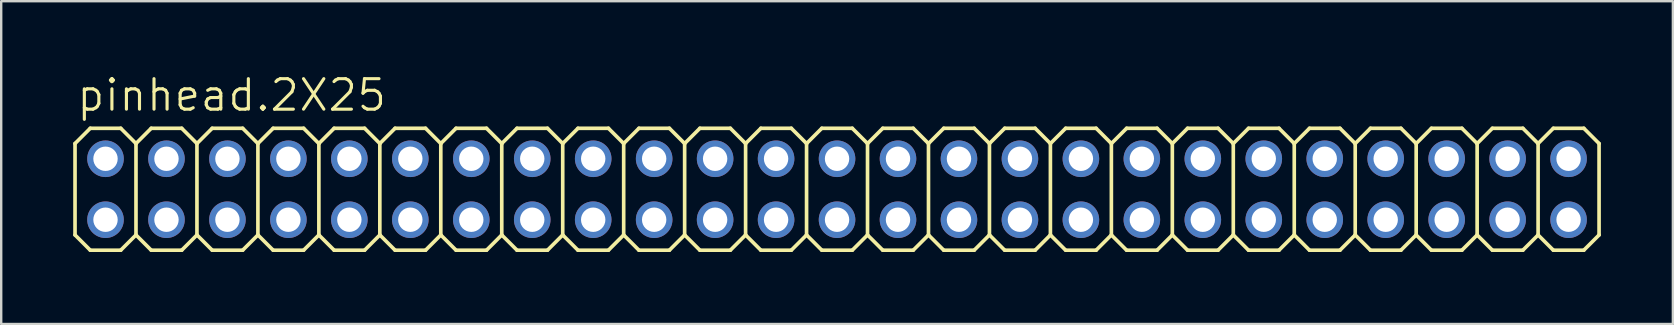
<source format=kicad_pcb>
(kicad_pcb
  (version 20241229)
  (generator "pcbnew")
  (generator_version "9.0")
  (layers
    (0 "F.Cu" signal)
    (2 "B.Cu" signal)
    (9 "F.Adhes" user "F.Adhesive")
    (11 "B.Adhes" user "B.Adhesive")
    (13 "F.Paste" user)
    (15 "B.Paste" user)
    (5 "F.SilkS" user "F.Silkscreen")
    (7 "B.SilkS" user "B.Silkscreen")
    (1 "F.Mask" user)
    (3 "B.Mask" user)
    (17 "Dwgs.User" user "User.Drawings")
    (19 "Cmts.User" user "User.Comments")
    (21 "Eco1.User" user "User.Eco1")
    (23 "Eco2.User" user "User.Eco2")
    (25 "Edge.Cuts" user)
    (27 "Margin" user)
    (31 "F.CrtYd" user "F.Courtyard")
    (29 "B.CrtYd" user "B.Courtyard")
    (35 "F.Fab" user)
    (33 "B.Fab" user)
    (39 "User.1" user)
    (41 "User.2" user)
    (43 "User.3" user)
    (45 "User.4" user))
  (footprint "pinhead.2X25"
    (layer "F.Cu")
    (at 31.826 4.835)
    (property "Reference" "pinhead.2X25" (at -31.75 -3.175 0) (layer "F.SilkS") (effects (font (size 1.27 1.27) (thickness 0.13)) (justify left bottom)))
    (attr through_hole)
    (fp_line (start -31.75 -1.905) (end -31.115 -2.54) (stroke (width 0.152) (type default)) (layer "F.SilkS"))
    (fp_line (start -31.75 1.905) (end -31.75 -1.905) (stroke (width 0.152) (type default)) (layer "F.SilkS"))
    (fp_line (start -31.75 1.905) (end -31.115 2.54) (stroke (width 0.152) (type default)) (layer "F.SilkS"))
    (fp_line (start -31.115 -2.54) (end -29.845 -2.54) (stroke (width 0.152) (type default)) (layer "F.SilkS"))
    (fp_line (start -31.115 2.54) (end -29.845 2.54) (stroke (width 0.152) (type default)) (layer "F.SilkS"))
    (fp_line (start -29.845 -2.54) (end -29.21 -1.905) (stroke (width 0.152) (type default)) (layer "F.SilkS"))
    (fp_line (start -29.845 2.54) (end -29.21 1.905) (stroke (width 0.152) (type default)) (layer "F.SilkS"))
    (fp_line (start -29.21 -1.905) (end -29.21 1.905) (stroke (width 0.152) (type default)) (layer "F.SilkS"))
    (fp_line (start -29.21 -1.905) (end -28.575 -2.54) (stroke (width 0.152) (type default)) (layer "F.SilkS"))
    (fp_line (start -29.21 1.905) (end -28.575 2.54) (stroke (width 0.152) (type default)) (layer "F.SilkS"))
    (fp_line (start -28.575 -2.54) (end -27.305 -2.54) (stroke (width 0.152) (type default)) (layer "F.SilkS"))
    (fp_line (start -28.575 2.54) (end -27.305 2.54) (stroke (width 0.152) (type default)) (layer "F.SilkS"))
    (fp_line (start -27.305 -2.54) (end -26.67 -1.905) (stroke (width 0.152) (type default)) (layer "F.SilkS"))
    (fp_line (start -27.305 2.54) (end -26.67 1.905) (stroke (width 0.152) (type default)) (layer "F.SilkS"))
    (fp_line (start -26.67 -1.905) (end -26.67 1.905) (stroke (width 0.152) (type default)) (layer "F.SilkS"))
    (fp_line (start -26.67 -1.905) (end -26.035 -2.54) (stroke (width 0.152) (type default)) (layer "F.SilkS"))
    (fp_line (start -26.67 1.905) (end -26.035 2.54) (stroke (width 0.152) (type default)) (layer "F.SilkS"))
    (fp_line (start -26.035 -2.54) (end -24.765 -2.54) (stroke (width 0.152) (type default)) (layer "F.SilkS"))
    (fp_line (start -26.035 2.54) (end -24.765 2.54) (stroke (width 0.152) (type default)) (layer "F.SilkS"))
    (fp_line (start -24.765 -2.54) (end -24.13 -1.905) (stroke (width 0.152) (type default)) (layer "F.SilkS"))
    (fp_line (start -24.765 2.54) (end -24.13 1.905) (stroke (width 0.152) (type default)) (layer "F.SilkS"))
    (fp_line (start -24.13 -1.905) (end -24.13 1.905) (stroke (width 0.152) (type default)) (layer "F.SilkS"))
    (fp_line (start -24.13 -1.905) (end -23.495 -2.54) (stroke (width 0.152) (type default)) (layer "F.SilkS"))
    (fp_line (start -24.13 1.905) (end -23.495 2.54) (stroke (width 0.152) (type default)) (layer "F.SilkS"))
    (fp_line (start -23.495 -2.54) (end -22.225 -2.54) (stroke (width 0.152) (type default)) (layer "F.SilkS"))
    (fp_line (start -23.495 2.54) (end -22.225 2.54) (stroke (width 0.152) (type default)) (layer "F.SilkS"))
    (fp_line (start -22.225 -2.54) (end -21.59 -1.905) (stroke (width 0.152) (type default)) (layer "F.SilkS"))
    (fp_line (start -22.225 2.54) (end -21.59 1.905) (stroke (width 0.152) (type default)) (layer "F.SilkS"))
    (fp_line (start -21.59 -1.905) (end -21.59 1.905) (stroke (width 0.152) (type default)) (layer "F.SilkS"))
    (fp_line (start -21.59 -1.905) (end -20.955 -2.54) (stroke (width 0.152) (type default)) (layer "F.SilkS"))
    (fp_line (start -21.59 1.905) (end -20.955 2.54) (stroke (width 0.152) (type default)) (layer "F.SilkS"))
    (fp_line (start -20.955 -2.54) (end -19.685 -2.54) (stroke (width 0.152) (type default)) (layer "F.SilkS"))
    (fp_line (start -20.955 2.54) (end -19.685 2.54) (stroke (width 0.152) (type default)) (layer "F.SilkS"))
    (fp_line (start -19.685 -2.54) (end -19.05 -1.905) (stroke (width 0.152) (type default)) (layer "F.SilkS"))
    (fp_line (start -19.685 2.54) (end -19.05 1.905) (stroke (width 0.152) (type default)) (layer "F.SilkS"))
    (fp_line (start -19.05 -1.905) (end -19.05 1.905) (stroke (width 0.152) (type default)) (layer "F.SilkS"))
    (fp_line (start -19.05 -1.905) (end -18.415 -2.54) (stroke (width 0.152) (type default)) (layer "F.SilkS"))
    (fp_line (start -19.05 1.905) (end -18.415 2.54) (stroke (width 0.152) (type default)) (layer "F.SilkS"))
    (fp_line (start -18.415 -2.54) (end -17.145 -2.54) (stroke (width 0.152) (type default)) (layer "F.SilkS"))
    (fp_line (start -18.415 2.54) (end -17.145 2.54) (stroke (width 0.152) (type default)) (layer "F.SilkS"))
    (fp_line (start -17.145 -2.54) (end -16.51 -1.905) (stroke (width 0.152) (type default)) (layer "F.SilkS"))
    (fp_line (start -17.145 2.54) (end -16.51 1.905) (stroke (width 0.152) (type default)) (layer "F.SilkS"))
    (fp_line (start -16.51 -1.905) (end -16.51 1.905) (stroke (width 0.152) (type default)) (layer "F.SilkS"))
    (fp_line (start -16.51 -1.905) (end -15.875 -2.54) (stroke (width 0.152) (type default)) (layer "F.SilkS"))
    (fp_line (start -16.51 1.905) (end -15.875 2.54) (stroke (width 0.152) (type default)) (layer "F.SilkS"))
    (fp_line (start -15.875 -2.54) (end -14.605 -2.54) (stroke (width 0.152) (type default)) (layer "F.SilkS"))
    (fp_line (start -14.605 -2.54) (end -13.97 -1.905) (stroke (width 0.152) (type default)) (layer "F.SilkS"))
    (fp_line (start -14.605 2.54) (end -15.875 2.54) (stroke (width 0.152) (type default)) (layer "F.SilkS"))
    (fp_line (start -13.97 -1.905) (end -13.97 1.905) (stroke (width 0.152) (type default)) (layer "F.SilkS"))
    (fp_line (start -13.97 -1.905) (end -13.335 -2.54) (stroke (width 0.152) (type default)) (layer "F.SilkS"))
    (fp_line (start -13.97 1.905) (end -14.605 2.54) (stroke (width 0.152) (type default)) (layer "F.SilkS"))
    (fp_line (start -13.97 1.905) (end -13.335 2.54) (stroke (width 0.152) (type default)) (layer "F.SilkS"))
    (fp_line (start -13.335 -2.54) (end -12.065 -2.54) (stroke (width 0.152) (type default)) (layer "F.SilkS"))
    (fp_line (start -12.065 -2.54) (end -11.43 -1.905) (stroke (width 0.152) (type default)) (layer "F.SilkS"))
    (fp_line (start -12.065 2.54) (end -13.335 2.54) (stroke (width 0.152) (type default)) (layer "F.SilkS"))
    (fp_line (start -11.43 -1.905) (end -11.43 1.905) (stroke (width 0.152) (type default)) (layer "F.SilkS"))
    (fp_line (start -11.43 -1.905) (end -10.795 -2.54) (stroke (width 0.152) (type default)) (layer "F.SilkS"))
    (fp_line (start -11.43 1.905) (end -12.065 2.54) (stroke (width 0.152) (type default)) (layer "F.SilkS"))
    (fp_line (start -11.43 1.905) (end -10.795 2.54) (stroke (width 0.152) (type default)) (layer "F.SilkS"))
    (fp_line (start -10.795 -2.54) (end -9.525 -2.54) (stroke (width 0.152) (type default)) (layer "F.SilkS"))
    (fp_line (start -9.525 -2.54) (end -8.89 -1.905) (stroke (width 0.152) (type default)) (layer "F.SilkS"))
    (fp_line (start -9.525 2.54) (end -10.795 2.54) (stroke (width 0.152) (type default)) (layer "F.SilkS"))
    (fp_line (start -8.89 -1.905) (end -8.89 1.905) (stroke (width 0.152) (type default)) (layer "F.SilkS"))
    (fp_line (start -8.89 -1.905) (end -8.255 -2.54) (stroke (width 0.152) (type default)) (layer "F.SilkS"))
    (fp_line (start -8.89 1.905) (end -9.525 2.54) (stroke (width 0.152) (type default)) (layer "F.SilkS"))
    (fp_line (start -8.89 1.905) (end -8.255 2.54) (stroke (width 0.152) (type default)) (layer "F.SilkS"))
    (fp_line (start -8.255 -2.54) (end -6.985 -2.54) (stroke (width 0.152) (type default)) (layer "F.SilkS"))
    (fp_line (start -6.985 -2.54) (end -6.35 -1.905) (stroke (width 0.152) (type default)) (layer "F.SilkS"))
    (fp_line (start -6.985 2.54) (end -8.255 2.54) (stroke (width 0.152) (type default)) (layer "F.SilkS"))
    (fp_line (start -6.35 -1.905) (end -6.35 1.905) (stroke (width 0.152) (type default)) (layer "F.SilkS"))
    (fp_line (start -6.35 -1.905) (end -5.715 -2.54) (stroke (width 0.152) (type default)) (layer "F.SilkS"))
    (fp_line (start -6.35 1.905) (end -6.985 2.54) (stroke (width 0.152) (type default)) (layer "F.SilkS"))
    (fp_line (start -6.35 1.905) (end -5.715 2.54) (stroke (width 0.152) (type default)) (layer "F.SilkS"))
    (fp_line (start -5.715 -2.54) (end -4.445 -2.54) (stroke (width 0.152) (type default)) (layer "F.SilkS"))
    (fp_line (start -4.445 -2.54) (end -3.81 -1.905) (stroke (width 0.152) (type default)) (layer "F.SilkS"))
    (fp_line (start -4.445 2.54) (end -5.715 2.54) (stroke (width 0.152) (type default)) (layer "F.SilkS"))
    (fp_line (start -3.81 -1.905) (end -3.81 1.905) (stroke (width 0.152) (type default)) (layer "F.SilkS"))
    (fp_line (start -3.81 -1.905) (end -3.175 -2.54) (stroke (width 0.152) (type default)) (layer "F.SilkS"))
    (fp_line (start -3.81 1.905) (end -4.445 2.54) (stroke (width 0.152) (type default)) (layer "F.SilkS"))
    (fp_line (start -3.81 1.905) (end -3.175 2.54) (stroke (width 0.152) (type default)) (layer "F.SilkS"))
    (fp_line (start -3.175 -2.54) (end -1.905 -2.54) (stroke (width 0.152) (type default)) (layer "F.SilkS"))
    (fp_line (start -1.905 2.54) (end -3.175 2.54) (stroke (width 0.152) (type default)) (layer "F.SilkS"))
    (fp_line (start -1.27 -1.905) (end -1.905 -2.54) (stroke (width 0.152) (type default)) (layer "F.SilkS"))
    (fp_line (start -1.27 -1.905) (end -1.27 1.905) (stroke (width 0.152) (type default)) (layer "F.SilkS"))
    (fp_line (start -1.27 -1.905) (end -0.635 -2.54) (stroke (width 0.152) (type default)) (layer "F.SilkS"))
    (fp_line (start -1.27 1.905) (end -1.905 2.54) (stroke (width 0.152) (type default)) (layer "F.SilkS"))
    (fp_line (start -1.27 1.905) (end -0.635 2.54) (stroke (width 0.152) (type default)) (layer "F.SilkS"))
    (fp_line (start 0.635 -2.54) (end -0.635 -2.54) (stroke (width 0.152) (type default)) (layer "F.SilkS"))
    (fp_line (start 0.635 -2.54) (end 1.27 -1.905) (stroke (width 0.152) (type default)) (layer "F.SilkS"))
    (fp_line (start 0.635 2.54) (end -0.635 2.54) (stroke (width 0.152) (type default)) (layer "F.SilkS"))
    (fp_line (start 1.27 -1.905) (end 1.27 1.905) (stroke (width 0.152) (type default)) (layer "F.SilkS"))
    (fp_line (start 1.27 -1.905) (end 1.905 -2.54) (stroke (width 0.152) (type default)) (layer "F.SilkS"))
    (fp_line (start 1.27 1.905) (end 0.635 2.54) (stroke (width 0.152) (type default)) (layer "F.SilkS"))
    (fp_line (start 1.27 1.905) (end 1.905 2.54) (stroke (width 0.152) (type default)) (layer "F.SilkS"))
    (fp_line (start 3.175 -2.54) (end 1.905 -2.54) (stroke (width 0.152) (type default)) (layer "F.SilkS"))
    (fp_line (start 3.175 -2.54) (end 3.81 -1.905) (stroke (width 0.152) (type default)) (layer "F.SilkS"))
    (fp_line (start 3.175 2.54) (end 1.905 2.54) (stroke (width 0.152) (type default)) (layer "F.SilkS"))
    (fp_line (start 3.81 -1.905) (end 3.81 1.905) (stroke (width 0.152) (type default)) (layer "F.SilkS"))
    (fp_line (start 3.81 -1.905) (end 4.445 -2.54) (stroke (width 0.152) (type default)) (layer "F.SilkS"))
    (fp_line (start 3.81 1.905) (end 3.175 2.54) (stroke (width 0.152) (type default)) (layer "F.SilkS"))
    (fp_line (start 4.445 2.54) (end 3.81 1.905) (stroke (width 0.152) (type default)) (layer "F.SilkS"))
    (fp_line (start 4.445 2.54) (end 5.715 2.54) (stroke (width 0.152) (type default)) (layer "F.SilkS"))
    (fp_line (start 5.715 -2.54) (end 4.445 -2.54) (stroke (width 0.152) (type default)) (layer "F.SilkS"))
    (fp_line (start 5.715 -2.54) (end 6.35 -1.905) (stroke (width 0.152) (type default)) (layer "F.SilkS"))
    (fp_line (start 6.35 -1.905) (end 6.35 1.905) (stroke (width 0.152) (type default)) (layer "F.SilkS"))
    (fp_line (start 6.35 -1.905) (end 6.985 -2.54) (stroke (width 0.152) (type default)) (layer "F.SilkS"))
    (fp_line (start 6.35 1.905) (end 5.715 2.54) (stroke (width 0.152) (type default)) (layer "F.SilkS"))
    (fp_line (start 6.985 2.54) (end 6.35 1.905) (stroke (width 0.152) (type default)) (layer "F.SilkS"))
    (fp_line (start 6.985 2.54) (end 8.255 2.54) (stroke (width 0.152) (type default)) (layer "F.SilkS"))
    (fp_line (start 8.255 -2.54) (end 6.985 -2.54) (stroke (width 0.152) (type default)) (layer "F.SilkS"))
    (fp_line (start 8.255 -2.54) (end 8.89 -1.905) (stroke (width 0.152) (type default)) (layer "F.SilkS"))
    (fp_line (start 8.89 -1.905) (end 8.89 1.905) (stroke (width 0.152) (type default)) (layer "F.SilkS"))
    (fp_line (start 8.89 -1.905) (end 9.525 -2.54) (stroke (width 0.152) (type default)) (layer "F.SilkS"))
    (fp_line (start 8.89 1.905) (end 8.255 2.54) (stroke (width 0.152) (type default)) (layer "F.SilkS"))
    (fp_line (start 8.89 1.905) (end 9.525 2.54) (stroke (width 0.152) (type default)) (layer "F.SilkS"))
    (fp_line (start 10.795 -2.54) (end 9.525 -2.54) (stroke (width 0.152) (type default)) (layer "F.SilkS"))
    (fp_line (start 10.795 -2.54) (end 11.43 -1.905) (stroke (width 0.152) (type default)) (layer "F.SilkS"))
    (fp_line (start 10.795 2.54) (end 9.525 2.54) (stroke (width 0.152) (type default)) (layer "F.SilkS"))
    (fp_line (start 11.43 -1.905) (end 11.43 1.905) (stroke (width 0.152) (type default)) (layer "F.SilkS"))
    (fp_line (start 11.43 -1.905) (end 12.065 -2.54) (stroke (width 0.152) (type default)) (layer "F.SilkS"))
    (fp_line (start 11.43 1.905) (end 10.795 2.54) (stroke (width 0.152) (type default)) (layer "F.SilkS"))
    (fp_line (start 11.43 1.905) (end 12.065 2.54) (stroke (width 0.152) (type default)) (layer "F.SilkS"))
    (fp_line (start 13.335 -2.54) (end 12.065 -2.54) (stroke (width 0.152) (type default)) (layer "F.SilkS"))
    (fp_line (start 13.335 -2.54) (end 13.97 -1.905) (stroke (width 0.152) (type default)) (layer "F.SilkS"))
    (fp_line (start 13.335 2.54) (end 12.065 2.54) (stroke (width 0.152) (type default)) (layer "F.SilkS"))
    (fp_line (start 13.97 -1.905) (end 13.97 1.905) (stroke (width 0.152) (type default)) (layer "F.SilkS"))
    (fp_line (start 13.97 -1.905) (end 14.605 -2.54) (stroke (width 0.152) (type default)) (layer "F.SilkS"))
    (fp_line (start 13.97 1.905) (end 13.335 2.54) (stroke (width 0.152) (type default)) (layer "F.SilkS"))
    (fp_line (start 13.97 1.905) (end 14.605 2.54) (stroke (width 0.152) (type default)) (layer "F.SilkS"))
    (fp_line (start 15.875 -2.54) (end 14.605 -2.54) (stroke (width 0.152) (type default)) (layer "F.SilkS"))
    (fp_line (start 15.875 -2.54) (end 16.51 -1.905) (stroke (width 0.152) (type default)) (layer "F.SilkS"))
    (fp_line (start 15.875 2.54) (end 14.605 2.54) (stroke (width 0.152) (type default)) (layer "F.SilkS"))
    (fp_line (start 16.51 -1.905) (end 16.51 1.905) (stroke (width 0.152) (type default)) (layer "F.SilkS"))
    (fp_line (start 16.51 -1.905) (end 17.145 -2.54) (stroke (width 0.152) (type default)) (layer "F.SilkS"))
    (fp_line (start 16.51 1.905) (end 15.875 2.54) (stroke (width 0.152) (type default)) (layer "F.SilkS"))
    (fp_line (start 16.51 1.905) (end 17.145 2.54) (stroke (width 0.152) (type default)) (layer "F.SilkS"))
    (fp_line (start 18.415 -2.54) (end 17.145 -2.54) (stroke (width 0.152) (type default)) (layer "F.SilkS"))
    (fp_line (start 18.415 -2.54) (end 19.05 -1.905) (stroke (width 0.152) (type default)) (layer "F.SilkS"))
    (fp_line (start 18.415 2.54) (end 17.145 2.54) (stroke (width 0.152) (type default)) (layer "F.SilkS"))
    (fp_line (start 19.05 -1.905) (end 19.05 1.905) (stroke (width 0.152) (type default)) (layer "F.SilkS"))
    (fp_line (start 19.05 -1.905) (end 19.685 -2.54) (stroke (width 0.152) (type default)) (layer "F.SilkS"))
    (fp_line (start 19.05 1.905) (end 18.415 2.54) (stroke (width 0.152) (type default)) (layer "F.SilkS"))
    (fp_line (start 19.05 1.905) (end 19.685 2.54) (stroke (width 0.152) (type default)) (layer "F.SilkS"))
    (fp_line (start 20.955 -2.54) (end 19.685 -2.54) (stroke (width 0.152) (type default)) (layer "F.SilkS"))
    (fp_line (start 20.955 -2.54) (end 21.59 -1.905) (stroke (width 0.152) (type default)) (layer "F.SilkS"))
    (fp_line (start 20.955 2.54) (end 19.685 2.54) (stroke (width 0.152) (type default)) (layer "F.SilkS"))
    (fp_line (start 21.59 -1.905) (end 21.59 1.905) (stroke (width 0.152) (type default)) (layer "F.SilkS"))
    (fp_line (start 21.59 -1.905) (end 22.225 -2.54) (stroke (width 0.152) (type default)) (layer "F.SilkS"))
    (fp_line (start 21.59 1.905) (end 20.955 2.54) (stroke (width 0.152) (type default)) (layer "F.SilkS"))
    (fp_line (start 21.59 1.905) (end 22.225 2.54) (stroke (width 0.152) (type default)) (layer "F.SilkS"))
    (fp_line (start 23.495 -2.54) (end 22.225 -2.54) (stroke (width 0.152) (type default)) (layer "F.SilkS"))
    (fp_line (start 23.495 -2.54) (end 24.13 -1.905) (stroke (width 0.152) (type default)) (layer "F.SilkS"))
    (fp_line (start 23.495 2.54) (end 22.225 2.54) (stroke (width 0.152) (type default)) (layer "F.SilkS"))
    (fp_line (start 24.13 -1.905) (end 24.13 1.905) (stroke (width 0.152) (type default)) (layer "F.SilkS"))
    (fp_line (start 24.13 -1.905) (end 24.765 -2.54) (stroke (width 0.152) (type default)) (layer "F.SilkS"))
    (fp_line (start 24.13 1.905) (end 23.495 2.54) (stroke (width 0.152) (type default)) (layer "F.SilkS"))
    (fp_line (start 24.13 1.905) (end 24.765 2.54) (stroke (width 0.152) (type default)) (layer "F.SilkS"))
    (fp_line (start 26.035 -2.54) (end 24.765 -2.54) (stroke (width 0.152) (type default)) (layer "F.SilkS"))
    (fp_line (start 26.035 -2.54) (end 26.67 -1.905) (stroke (width 0.152) (type default)) (layer "F.SilkS"))
    (fp_line (start 26.035 2.54) (end 24.765 2.54) (stroke (width 0.152) (type default)) (layer "F.SilkS"))
    (fp_line (start 26.67 -1.905) (end 26.67 1.905) (stroke (width 0.152) (type default)) (layer "F.SilkS"))
    (fp_line (start 26.67 -1.905) (end 27.305 -2.54) (stroke (width 0.152) (type default)) (layer "F.SilkS"))
    (fp_line (start 26.67 1.905) (end 26.035 2.54) (stroke (width 0.152) (type default)) (layer "F.SilkS"))
    (fp_line (start 26.67 1.905) (end 27.305 2.54) (stroke (width 0.152) (type default)) (layer "F.SilkS"))
    (fp_line (start 28.575 -2.54) (end 27.305 -2.54) (stroke (width 0.152) (type default)) (layer "F.SilkS"))
    (fp_line (start 28.575 -2.54) (end 29.21 -1.905) (stroke (width 0.152) (type default)) (layer "F.SilkS"))
    (fp_line (start 28.575 2.54) (end 27.305 2.54) (stroke (width 0.152) (type default)) (layer "F.SilkS"))
    (fp_line (start 29.21 -1.905) (end 29.21 1.905) (stroke (width 0.152) (type default)) (layer "F.SilkS"))
    (fp_line (start 29.21 -1.905) (end 29.845 -2.54) (stroke (width 0.152) (type default)) (layer "F.SilkS"))
    (fp_line (start 29.21 1.905) (end 28.575 2.54) (stroke (width 0.152) (type default)) (layer "F.SilkS"))
    (fp_line (start 29.21 1.905) (end 29.845 2.54) (stroke (width 0.152) (type default)) (layer "F.SilkS"))
    (fp_line (start 31.115 -2.54) (end 29.845 -2.54) (stroke (width 0.152) (type default)) (layer "F.SilkS"))
    (fp_line (start 31.115 -2.54) (end 31.75 -1.905) (stroke (width 0.152) (type default)) (layer "F.SilkS"))
    (fp_line (start 31.115 2.54) (end 29.845 2.54) (stroke (width 0.152) (type default)) (layer "F.SilkS"))
    (fp_line (start 31.75 -1.905) (end 31.75 1.905) (stroke (width 0.152) (type default)) (layer "F.SilkS"))
    (fp_line (start 31.75 1.905) (end 31.115 2.54) (stroke (width 0.152) (type default)) (layer "F.SilkS"))
    (fp_rect (start -30.734 -1.016) (end -30.226 -1.524) (stroke (width 0.05) (type default)) (fill no) (layer "F.Fab"))
    (fp_rect (start -30.734 1.524) (end -30.226 1.016) (stroke (width 0.05) (type default)) (fill no) (layer "F.Fab"))
    (fp_rect (start -28.194 -1.016) (end -27.686 -1.524) (stroke (width 0.05) (type default)) (fill no) (layer "F.Fab"))
    (fp_rect (start -28.194 1.524) (end -27.686 1.016) (stroke (width 0.05) (type default)) (fill no) (layer "F.Fab"))
    (fp_rect (start -25.654 -1.016) (end -25.146 -1.524) (stroke (width 0.05) (type default)) (fill no) (layer "F.Fab"))
    (fp_rect (start -25.654 1.524) (end -25.146 1.016) (stroke (width 0.05) (type default)) (fill no) (layer "F.Fab"))
    (fp_rect (start -23.114 -1.016) (end -22.606 -1.524) (stroke (width 0.05) (type default)) (fill no) (layer "F.Fab"))
    (fp_rect (start -23.114 1.524) (end -22.606 1.016) (stroke (width 0.05) (type default)) (fill no) (layer "F.Fab"))
    (fp_rect (start -20.574 -1.016) (end -20.066 -1.524) (stroke (width 0.05) (type default)) (fill no) (layer "F.Fab"))
    (fp_rect (start -20.574 1.524) (end -20.066 1.016) (stroke (width 0.05) (type default)) (fill no) (layer "F.Fab"))
    (fp_rect (start -18.034 -1.016) (end -17.526 -1.524) (stroke (width 0.05) (type default)) (fill no) (layer "F.Fab"))
    (fp_rect (start -18.034 1.524) (end -17.526 1.016) (stroke (width 0.05) (type default)) (fill no) (layer "F.Fab"))
    (fp_rect (start -15.494 -1.016) (end -14.986 -1.524) (stroke (width 0.05) (type default)) (fill no) (layer "F.Fab"))
    (fp_rect (start -15.494 1.524) (end -14.986 1.016) (stroke (width 0.05) (type default)) (fill no) (layer "F.Fab"))
    (fp_rect (start -12.954 -1.016) (end -12.446 -1.524) (stroke (width 0.05) (type default)) (fill no) (layer "F.Fab"))
    (fp_rect (start -12.954 1.524) (end -12.446 1.016) (stroke (width 0.05) (type default)) (fill no) (layer "F.Fab"))
    (fp_rect (start -10.414 -1.016) (end -9.906 -1.524) (stroke (width 0.05) (type default)) (fill no) (layer "F.Fab"))
    (fp_rect (start -10.414 1.524) (end -9.906 1.016) (stroke (width 0.05) (type default)) (fill no) (layer "F.Fab"))
    (fp_rect (start -7.874 -1.016) (end -7.366 -1.524) (stroke (width 0.05) (type default)) (fill no) (layer "F.Fab"))
    (fp_rect (start -7.874 1.524) (end -7.366 1.016) (stroke (width 0.05) (type default)) (fill no) (layer "F.Fab"))
    (fp_rect (start -5.334 -1.016) (end -4.826 -1.524) (stroke (width 0.05) (type default)) (fill no) (layer "F.Fab"))
    (fp_rect (start -5.334 1.524) (end -4.826 1.016) (stroke (width 0.05) (type default)) (fill no) (layer "F.Fab"))
    (fp_rect (start -2.794 -1.016) (end -2.286 -1.524) (stroke (width 0.05) (type default)) (fill no) (layer "F.Fab"))
    (fp_rect (start -2.794 1.524) (end -2.286 1.016) (stroke (width 0.05) (type default)) (fill no) (layer "F.Fab"))
    (fp_rect (start -0.254 -1.016) (end 0.254 -1.524) (stroke (width 0.05) (type default)) (fill no) (layer "F.Fab"))
    (fp_rect (start -0.254 1.524) (end 0.254 1.016) (stroke (width 0.05) (type default)) (fill no) (layer "F.Fab"))
    (fp_rect (start 2.286 -1.016) (end 2.794 -1.524) (stroke (width 0.05) (type default)) (fill no) (layer "F.Fab"))
    (fp_rect (start 2.286 1.524) (end 2.794 1.016) (stroke (width 0.05) (type default)) (fill no) (layer "F.Fab"))
    (fp_rect (start 4.826 -1.016) (end 5.334 -1.524) (stroke (width 0.05) (type default)) (fill no) (layer "F.Fab"))
    (fp_rect (start 4.826 1.524) (end 5.334 1.016) (stroke (width 0.05) (type default)) (fill no) (layer "F.Fab"))
    (fp_rect (start 7.366 -1.016) (end 7.874 -1.524) (stroke (width 0.05) (type default)) (fill no) (layer "F.Fab"))
    (fp_rect (start 7.366 1.524) (end 7.874 1.016) (stroke (width 0.05) (type default)) (fill no) (layer "F.Fab"))
    (fp_rect (start 9.906 -1.016) (end 10.414 -1.524) (stroke (width 0.05) (type default)) (fill no) (layer "F.Fab"))
    (fp_rect (start 9.906 1.524) (end 10.414 1.016) (stroke (width 0.05) (type default)) (fill no) (layer "F.Fab"))
    (fp_rect (start 12.446 -1.016) (end 12.954 -1.524) (stroke (width 0.05) (type default)) (fill no) (layer "F.Fab"))
    (fp_rect (start 12.446 1.524) (end 12.954 1.016) (stroke (width 0.05) (type default)) (fill no) (layer "F.Fab"))
    (fp_rect (start 14.986 -1.016) (end 15.494 -1.524) (stroke (width 0.05) (type default)) (fill no) (layer "F.Fab"))
    (fp_rect (start 14.986 1.524) (end 15.494 1.016) (stroke (width 0.05) (type default)) (fill no) (layer "F.Fab"))
    (fp_rect (start 17.526 -1.016) (end 18.034 -1.524) (stroke (width 0.05) (type default)) (fill no) (layer "F.Fab"))
    (fp_rect (start 17.526 1.524) (end 18.034 1.016) (stroke (width 0.05) (type default)) (fill no) (layer "F.Fab"))
    (fp_rect (start 20.066 -1.016) (end 20.574 -1.524) (stroke (width 0.05) (type default)) (fill no) (layer "F.Fab"))
    (fp_rect (start 20.066 1.524) (end 20.574 1.016) (stroke (width 0.05) (type default)) (fill no) (layer "F.Fab"))
    (fp_rect (start 22.606 -1.016) (end 23.114 -1.524) (stroke (width 0.05) (type default)) (fill no) (layer "F.Fab"))
    (fp_rect (start 22.606 1.524) (end 23.114 1.016) (stroke (width 0.05) (type default)) (fill no) (layer "F.Fab"))
    (fp_rect (start 25.146 -1.016) (end 25.654 -1.524) (stroke (width 0.05) (type default)) (fill no) (layer "F.Fab"))
    (fp_rect (start 25.146 1.524) (end 25.654 1.016) (stroke (width 0.05) (type default)) (fill no) (layer "F.Fab"))
    (fp_rect (start 27.686 -1.016) (end 28.194 -1.524) (stroke (width 0.05) (type default)) (fill no) (layer "F.Fab"))
    (fp_rect (start 27.686 1.524) (end 28.194 1.016) (stroke (width 0.05) (type default)) (fill no) (layer "F.Fab"))
    (fp_rect (start 30.226 -1.016) (end 30.734 -1.524) (stroke (width 0.05) (type default)) (fill no) (layer "F.Fab"))
    (fp_rect (start 30.226 1.524) (end 30.734 1.016) (stroke (width 0.05) (type default)) (fill no) (layer "F.Fab"))
    (pad "1" thru_hole circle (at -30.48 1.27) (size 1.524 1.524) (drill 1.016) (layers "*.Cu" "*.Mask"))
    (pad "2" thru_hole circle (at -30.48 -1.27) (size 1.524 1.524) (drill 1.016) (layers "*.Cu" "*.Mask"))
    (pad "3" thru_hole circle (at -27.94 1.27) (size 1.524 1.524) (drill 1.016) (layers "*.Cu" "*.Mask"))
    (pad "4" thru_hole circle (at -27.94 -1.27) (size 1.524 1.524) (drill 1.016) (layers "*.Cu" "*.Mask"))
    (pad "5" thru_hole circle (at -25.4 1.27) (size 1.524 1.524) (drill 1.016) (layers "*.Cu" "*.Mask"))
    (pad "6" thru_hole circle (at -25.4 -1.27) (size 1.524 1.524) (drill 1.016) (layers "*.Cu" "*.Mask"))
    (pad "7" thru_hole circle (at -22.86 1.27) (size 1.524 1.524) (drill 1.016) (layers "*.Cu" "*.Mask"))
    (pad "8" thru_hole circle (at -22.86 -1.27) (size 1.524 1.524) (drill 1.016) (layers "*.Cu" "*.Mask"))
    (pad "9" thru_hole circle (at -20.32 1.27) (size 1.524 1.524) (drill 1.016) (layers "*.Cu" "*.Mask"))
    (pad "10" thru_hole circle (at -20.32 -1.27) (size 1.524 1.524) (drill 1.016) (layers "*.Cu" "*.Mask"))
    (pad "11" thru_hole circle (at -17.78 1.27) (size 1.524 1.524) (drill 1.016) (layers "*.Cu" "*.Mask"))
    (pad "12" thru_hole circle (at -17.78 -1.27) (size 1.524 1.524) (drill 1.016) (layers "*.Cu" "*.Mask"))
    (pad "13" thru_hole circle (at -15.24 1.27) (size 1.524 1.524) (drill 1.016) (layers "*.Cu" "*.Mask"))
    (pad "14" thru_hole circle (at -15.24 -1.27) (size 1.524 1.524) (drill 1.016) (layers "*.Cu" "*.Mask"))
    (pad "15" thru_hole circle (at -12.7 1.27) (size 1.524 1.524) (drill 1.016) (layers "*.Cu" "*.Mask"))
    (pad "16" thru_hole circle (at -12.7 -1.27) (size 1.524 1.524) (drill 1.016) (layers "*.Cu" "*.Mask"))
    (pad "17" thru_hole circle (at -10.16 1.27) (size 1.524 1.524) (drill 1.016) (layers "*.Cu" "*.Mask"))
    (pad "18" thru_hole circle (at -10.16 -1.27) (size 1.524 1.524) (drill 1.016) (layers "*.Cu" "*.Mask"))
    (pad "19" thru_hole circle (at -7.62 1.27) (size 1.524 1.524) (drill 1.016) (layers "*.Cu" "*.Mask"))
    (pad "20" thru_hole circle (at -7.62 -1.27) (size 1.524 1.524) (drill 1.016) (layers "*.Cu" "*.Mask"))
    (pad "21" thru_hole circle (at -5.08 1.27) (size 1.524 1.524) (drill 1.016) (layers "*.Cu" "*.Mask"))
    (pad "22" thru_hole circle (at -5.08 -1.27) (size 1.524 1.524) (drill 1.016) (layers "*.Cu" "*.Mask"))
    (pad "23" thru_hole circle (at -2.54 1.27) (size 1.524 1.524) (drill 1.016) (layers "*.Cu" "*.Mask"))
    (pad "24" thru_hole circle (at -2.54 -1.27) (size 1.524 1.524) (drill 1.016) (layers "*.Cu" "*.Mask"))
    (pad "25" thru_hole circle (at 0 1.27) (size 1.524 1.524) (drill 1.016) (layers "*.Cu" "*.Mask"))
    (pad "26" thru_hole circle (at 0 -1.27) (size 1.524 1.524) (drill 1.016) (layers "*.Cu" "*.Mask"))
    (pad "27" thru_hole circle (at 2.54 1.27) (size 1.524 1.524) (drill 1.016) (layers "*.Cu" "*.Mask"))
    (pad "28" thru_hole circle (at 2.54 -1.27) (size 1.524 1.524) (drill 1.016) (layers "*.Cu" "*.Mask"))
    (pad "29" thru_hole circle (at 5.08 1.27) (size 1.524 1.524) (drill 1.016) (layers "*.Cu" "*.Mask"))
    (pad "30" thru_hole circle (at 5.08 -1.27) (size 1.524 1.524) (drill 1.016) (layers "*.Cu" "*.Mask"))
    (pad "31" thru_hole circle (at 7.62 1.27) (size 1.524 1.524) (drill 1.016) (layers "*.Cu" "*.Mask"))
    (pad "32" thru_hole circle (at 7.62 -1.27) (size 1.524 1.524) (drill 1.016) (layers "*.Cu" "*.Mask"))
    (pad "33" thru_hole circle (at 10.16 1.27) (size 1.524 1.524) (drill 1.016) (layers "*.Cu" "*.Mask"))
    (pad "34" thru_hole circle (at 10.16 -1.27) (size 1.524 1.524) (drill 1.016) (layers "*.Cu" "*.Mask"))
    (pad "35" thru_hole circle (at 12.7 1.27) (size 1.524 1.524) (drill 1.016) (layers "*.Cu" "*.Mask"))
    (pad "36" thru_hole circle (at 12.7 -1.27) (size 1.524 1.524) (drill 1.016) (layers "*.Cu" "*.Mask"))
    (pad "37" thru_hole circle (at 15.24 1.27) (size 1.524 1.524) (drill 1.016) (layers "*.Cu" "*.Mask"))
    (pad "38" thru_hole circle (at 15.24 -1.27) (size 1.524 1.524) (drill 1.016) (layers "*.Cu" "*.Mask"))
    (pad "39" thru_hole circle (at 17.78 1.27) (size 1.524 1.524) (drill 1.016) (layers "*.Cu" "*.Mask"))
    (pad "40" thru_hole circle (at 17.78 -1.27) (size 1.524 1.524) (drill 1.016) (layers "*.Cu" "*.Mask"))
    (pad "41" thru_hole circle (at 20.32 1.27) (size 1.524 1.524) (drill 1.016) (layers "*.Cu" "*.Mask"))
    (pad "42" thru_hole circle (at 20.32 -1.27) (size 1.524 1.524) (drill 1.016) (layers "*.Cu" "*.Mask"))
    (pad "43" thru_hole circle (at 22.86 1.27) (size 1.524 1.524) (drill 1.016) (layers "*.Cu" "*.Mask"))
    (pad "44" thru_hole circle (at 22.86 -1.27) (size 1.524 1.524) (drill 1.016) (layers "*.Cu" "*.Mask"))
    (pad "45" thru_hole circle (at 25.4 1.27) (size 1.524 1.524) (drill 1.016) (layers "*.Cu" "*.Mask"))
    (pad "46" thru_hole circle (at 25.4 -1.27) (size 1.524 1.524) (drill 1.016) (layers "*.Cu" "*.Mask"))
    (pad "47" thru_hole circle (at 27.94 1.27) (size 1.524 1.524) (drill 1.016) (layers "*.Cu" "*.Mask"))
    (pad "48" thru_hole circle (at 27.94 -1.27) (size 1.524 1.524) (drill 1.016) (layers "*.Cu" "*.Mask"))
    (pad "49" thru_hole circle (at 30.48 1.27) (size 1.524 1.524) (drill 1.016) (layers "*.Cu" "*.Mask"))
    (pad "50" thru_hole circle (at 30.48 -1.27) (size 1.524 1.524) (drill 1.016) (layers "*.Cu" "*.Mask")))
  (gr_rect
    (start -3 -3)
    (end 66.652 10.451)
    (stroke (width 0.1) (type default))
    (fill no)
    (layer "Edge.Cuts")))
</source>
